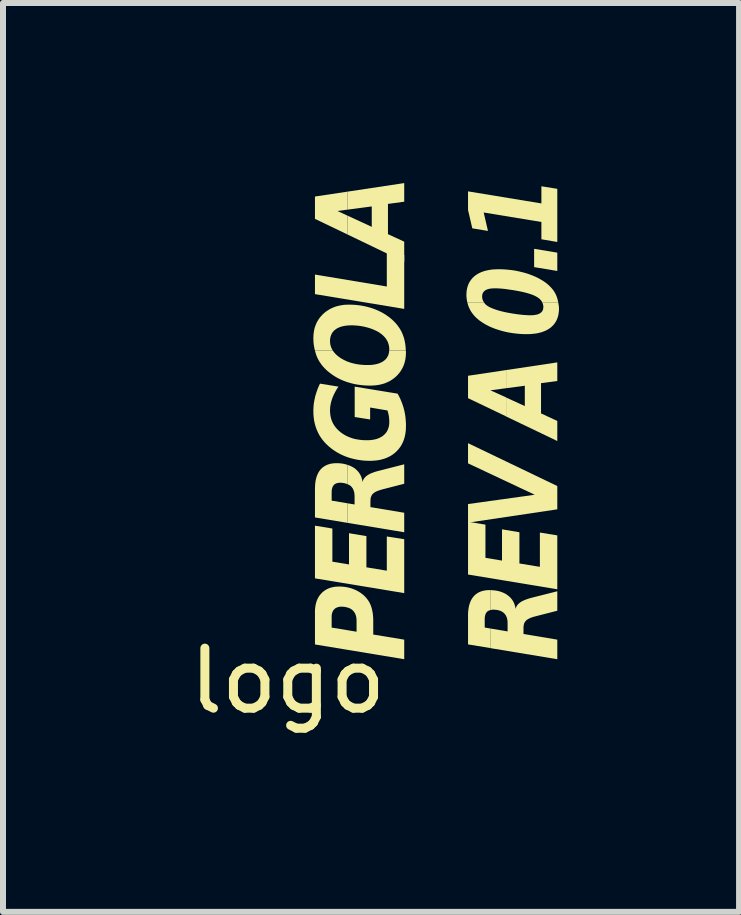
<source format=kicad_pcb>
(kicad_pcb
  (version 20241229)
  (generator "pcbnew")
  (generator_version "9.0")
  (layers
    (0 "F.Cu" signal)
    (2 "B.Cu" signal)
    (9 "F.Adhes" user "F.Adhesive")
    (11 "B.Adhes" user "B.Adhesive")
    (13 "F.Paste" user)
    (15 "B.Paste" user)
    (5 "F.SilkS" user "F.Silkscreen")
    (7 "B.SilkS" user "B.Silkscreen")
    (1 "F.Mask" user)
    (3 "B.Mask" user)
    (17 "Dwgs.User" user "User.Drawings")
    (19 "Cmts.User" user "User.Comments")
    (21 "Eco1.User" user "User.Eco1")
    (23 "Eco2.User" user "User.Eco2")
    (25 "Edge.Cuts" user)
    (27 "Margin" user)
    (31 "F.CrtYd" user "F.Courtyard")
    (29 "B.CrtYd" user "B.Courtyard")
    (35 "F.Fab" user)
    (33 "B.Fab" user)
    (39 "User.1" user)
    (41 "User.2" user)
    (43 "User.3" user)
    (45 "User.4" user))
  (footprint "logo"
    (layer "F.Cu")
    (at 1.744 7.793)
    (property "Reference" "logo" (at 0 0.5 0) (layer "F.SilkS") (effects (font (size 1 1) (thickness 0.15))))
    (attr through_hole)
    (fp_poly (pts (xy 4.104 -6.393) (xy 4.104 -6.698) (xy 4.49 -6.634) (xy 4.49 -6.329) (xy 4.104 -6.393)) (stroke (width 0.000099) (type solid)) (fill yes) (layer "F.SilkS"))
    (fp_poly (pts (xy 0.453 -5.943) (xy 0.453 -6.269) (xy 1.65 -6.07) (xy 1.65 -6.641) (xy 1.94 -6.594) (xy 1.94 -5.697) (xy 0.453 -5.943)) (stroke (width 0.000099) (type solid)) (fill yes) (layer "F.SilkS"))
    (fp_poly (pts (xy 0.827 -7.328) (xy 0.992 -7.35) (xy 0.992 -7.65) (xy 0.453 -7.569) (xy 0.453 -7.197) (xy 0.992 -6.938) (xy 0.992 -7.252) (xy 0.827 -7.328)) (stroke (width 0.000099) (type solid)) (fill yes) (layer "F.SilkS"))
    (fp_poly (pts (xy 3.003 -2.136) (xy 3.003 -2.446) (xy 4.114 -2.601) (xy 3.003 -3.124) (xy 3.003 -3.46) (xy 4.49 -2.746) (xy 4.49 -2.358) (xy 3.003 -2.136)) (stroke (width 0.000099) (type solid)) (fill yes) (layer "F.SilkS"))
    (fp_poly (pts (xy 3.376 -4.341) (xy 3.638 -4.376) (xy 3.638 -4.678) (xy 3.003 -4.583) (xy 3.003 -4.21) (xy 3.638 -3.906) (xy 3.638 -4.222) (xy 3.376 -4.341)) (stroke (width 0.000099) (type solid)) (fill yes) (layer "F.SilkS"))
    (fp_poly (pts (xy 4.225 -6.857) (xy 4.225 -7.145) (xy 3.264 -7.303) (xy 3.335 -6.996) (xy 3.074 -7.039) (xy 3.003 -7.345) (xy 3.003 -7.655) (xy 4.225 -7.454) (xy 4.225 -7.74) (xy 4.49 -7.697) (xy 4.49 -6.812) (xy 4.225 -6.857)) (stroke (width 0.000099) (type solid)) (fill yes) (layer "F.SilkS"))
    (fp_poly (pts (xy 1.65 -1.336) (xy 1.31 -1.392) (xy 1.31 -1.912) (xy 1.02 -1.96) (xy 1.02 -1.44) (xy 0.743 -1.486) (xy 0.743 -2.038) (xy 0.453 -2.086) (xy 0.453 -1.208) (xy 1.94 -0.962) (xy 1.94 -1.86) (xy 1.65 -1.906) (xy 1.65 -1.336)) (stroke (width 0.000099) (type solid)) (fill yes) (layer "F.SilkS"))
    (fp_poly (pts (xy 1.94 -7.483) (xy 1.94 -7.793) (xy 0.992 -7.65) (xy 0.992 -7.35) (xy 1.399 -7.404) (xy 1.399 -7.064) (xy 0.992 -7.252) (xy 0.992 -6.938) (xy 1.94 -6.482) (xy 1.94 -6.817) (xy 1.669 -6.942) (xy 1.669 -7.446) (xy 1.94 -7.483)) (stroke (width 0.000099) (type solid)) (fill yes) (layer "F.SilkS"))
    (fp_poly (pts (xy 4.2 -1.4) (xy 3.859 -1.456) (xy 3.859 -1.976) (xy 3.569 -2.025) (xy 3.569 -1.504) (xy 3.293 -1.55) (xy 3.293 -2.103) (xy 3.003 -2.151) (xy 3.003 -1.272) (xy 4.49 -1.026) (xy 4.49 -1.924) (xy 4.2 -1.971) (xy 4.2 -1.4)) (stroke (width 0.000099) (type solid)) (fill yes) (layer "F.SilkS"))
    (fp_poly (pts (xy 4.49 -4.496) (xy 4.49 -4.806) (xy 3.637 -4.678) (xy 3.637 -4.376) (xy 3.949 -4.417) (xy 3.949 -4.078) (xy 3.637 -4.221) (xy 3.637 -3.905) (xy 4.49 -3.496) (xy 4.49 -3.83) (xy 4.219 -3.956) (xy 4.219 -4.46) (xy 4.49 -4.496)) (stroke (width 0.000099) (type solid)) (fill yes) (layer "F.SilkS"))
    (fp_poly (pts (xy 3.281 -0.389) (xy 3.281 -0.523) (xy 3.281 -0.534) (xy 3.281 -0.544) (xy 3.282 -0.553) (xy 3.283 -0.563) (xy 3.284 -0.572) (xy 3.286 -0.58) (xy 3.288 -0.588) (xy 3.29 -0.596) (xy 3.292 -0.604) (xy 3.294 -0.611) (xy 3.297 -0.618) (xy 3.3 -0.624) (xy 3.304 -0.631) (xy 3.308 -0.636) (xy 3.312 -0.642) (xy 3.316 -0.647) (xy 3.318 -0.65) (xy 3.321 -0.653) (xy 3.324 -0.655) (xy 3.327 -0.658) (xy 3.33 -0.66) (xy 3.334 -0.662) (xy 3.337 -0.665) (xy 3.341 -0.667) (xy 3.344 -0.668) (xy 3.348 -0.67) (xy 3.352 -0.672) (xy 3.356 -0.673) (xy 3.36 -0.675) (xy 3.365 -0.676) (xy 3.369 -0.678) (xy 3.373 -0.679) (xy 3.373 -1.012) (xy 3.364 -1.013) (xy 3.343 -1.012) (xy 3.321 -1.011) (xy 3.301 -1.009) (xy 3.281 -1.006) (xy 3.261 -1.002) (xy 3.243 -0.998) (xy 3.225 -0.992) (xy 3.208 -0.986) (xy 3.191 -0.979) (xy 3.175 -0.971) (xy 3.16 -0.962) (xy 3.146 -0.952) (xy 3.132 -0.942) (xy 3.119 -0.93) (xy 3.106 -0.918) (xy 3.094 -0.905) (xy 3.083 -0.891) (xy 3.073 -0.877) (xy 3.063 -0.861) (xy 3.054 -0.845) (xy 3.046 -0.828) (xy 3.039 -0.81) (xy 3.032 -0.792) (xy 3.026 -0.772) (xy 3.02 -0.752) (xy 3.016 -0.731) (xy 3.012 -0.71) (xy 3.009 -0.687) (xy 3.006 -0.664) (xy 3.004 -0.64) (xy 3.003 -0.615) (xy 3.003 -0.59) (xy 3.003 -0.108) (xy 3.373 -0.047) (xy 3.373 -0.373) (xy 3.281 -0.389)) (stroke (width 0.000099) (type solid)) (fill yes) (layer "F.SilkS"))
    (fp_poly (pts (xy 0.731 -2.503) (xy 0.731 -2.638) (xy 0.731 -2.648) (xy 0.732 -2.658) (xy 0.732 -2.668) (xy 0.733 -2.677) (xy 0.734 -2.686) (xy 0.736 -2.695) (xy 0.738 -2.703) (xy 0.74 -2.711) (xy 0.742 -2.718) (xy 0.745 -2.726) (xy 0.748 -2.732) (xy 0.751 -2.739) (xy 0.754 -2.745) (xy 0.758 -2.751) (xy 0.762 -2.756) (xy 0.766 -2.761) (xy 0.77 -2.766) (xy 0.775 -2.771) (xy 0.78 -2.775) (xy 0.785 -2.779) (xy 0.791 -2.782) (xy 0.797 -2.785) (xy 0.803 -2.788) (xy 0.81 -2.791) (xy 0.817 -2.793) (xy 0.824 -2.795) (xy 0.831 -2.797) (xy 0.839 -2.798) (xy 0.847 -2.8) (xy 0.856 -2.8) (xy 0.865 -2.801) (xy 0.874 -2.801) (xy 0.882 -2.801) (xy 0.891 -2.801) (xy 0.899 -2.8) (xy 0.907 -2.799) (xy 0.915 -2.798) (xy 0.923 -2.797) (xy 0.931 -2.796) (xy 0.938 -2.795) (xy 0.945 -2.793) (xy 0.952 -2.791) (xy 0.959 -2.789) (xy 0.966 -2.787) (xy 0.979 -2.783) (xy 0.992 -2.778) (xy 0.992 -3.1) (xy 0.972 -3.106) (xy 0.951 -3.111) (xy 0.93 -3.116) (xy 0.908 -3.12) (xy 0.897 -3.121) (xy 0.886 -3.123) (xy 0.874 -3.124) (xy 0.863 -3.125) (xy 0.851 -3.126) (xy 0.839 -3.127) (xy 0.827 -3.127) (xy 0.815 -3.127) (xy 0.793 -3.127) (xy 0.772 -3.125) (xy 0.751 -3.123) (xy 0.731 -3.12) (xy 0.712 -3.117) (xy 0.693 -3.112) (xy 0.675 -3.106) (xy 0.658 -3.1) (xy 0.642 -3.093) (xy 0.626 -3.085) (xy 0.611 -3.076) (xy 0.596 -3.067) (xy 0.582 -3.056) (xy 0.569 -3.045) (xy 0.557 -3.033) (xy 0.545 -3.02) (xy 0.534 -3.006) (xy 0.523 -2.991) (xy 0.514 -2.976) (xy 0.505 -2.96) (xy 0.497 -2.943) (xy 0.489 -2.925) (xy 0.482 -2.906) (xy 0.476 -2.887) (xy 0.471 -2.867) (xy 0.466 -2.846) (xy 0.462 -2.824) (xy 0.459 -2.802) (xy 0.456 -2.778) (xy 0.455 -2.754) (xy 0.454 -2.73) (xy 0.453 -2.704) (xy 0.453 -2.223) (xy 0.992 -2.133) (xy 0.992 -2.459) (xy 0.731 -2.503)) (stroke (width 0.000099) (type solid)) (fill yes) (layer "F.SilkS"))
    (fp_poly (pts (xy 1.419 -2.618) (xy 1.425 -2.623) (xy 1.431 -2.628) (xy 1.437 -2.633) (xy 1.444 -2.638) (xy 1.452 -2.643) (xy 1.46 -2.648) (xy 1.468 -2.652) (xy 1.478 -2.657) (xy 1.487 -2.661) (xy 1.498 -2.665) (xy 1.508 -2.669) (xy 1.52 -2.673) (xy 1.532 -2.677) (xy 1.544 -2.681) (xy 1.557 -2.685) (xy 1.571 -2.689) (xy 1.94 -2.784) (xy 1.94 -3.108) (xy 1.518 -3) (xy 1.486 -2.992) (xy 1.457 -2.983) (xy 1.429 -2.974) (xy 1.404 -2.964) (xy 1.381 -2.955) (xy 1.37 -2.95) (xy 1.36 -2.944) (xy 1.35 -2.939) (xy 1.341 -2.934) (xy 1.333 -2.929) (xy 1.325 -2.923) (xy 1.317 -2.918) (xy 1.309 -2.912) (xy 1.302 -2.906) (xy 1.296 -2.9) (xy 1.289 -2.893) (xy 1.283 -2.887) (xy 1.278 -2.88) (xy 1.273 -2.874) (xy 1.268 -2.867) (xy 1.263 -2.86) (xy 1.259 -2.852) (xy 1.256 -2.845) (xy 1.252 -2.837) (xy 1.25 -2.829) (xy 1.247 -2.821) (xy 1.245 -2.813) (xy 1.242 -2.831) (xy 1.239 -2.848) (xy 1.235 -2.865) (xy 1.23 -2.882) (xy 1.225 -2.898) (xy 1.218 -2.913) (xy 1.211 -2.928) (xy 1.203 -2.943) (xy 1.194 -2.957) (xy 1.185 -2.971) (xy 1.175 -2.984) (xy 1.163 -2.996) (xy 1.152 -3.009) (xy 1.139 -3.02) (xy 1.126 -3.032) (xy 1.112 -3.043) (xy 1.105 -3.047) (xy 1.098 -3.052) (xy 1.091 -3.056) (xy 1.084 -3.06) (xy 1.077 -3.064) (xy 1.07 -3.068) (xy 1.062 -3.072) (xy 1.055 -3.075) (xy 1.047 -3.079) (xy 1.04 -3.082) (xy 1.024 -3.089) (xy 1.008 -3.094) (xy 0.992 -3.1) (xy 0.992 -2.778) (xy 1 -2.775) (xy 1.008 -2.771) (xy 1.016 -2.767) (xy 1.02 -2.765) (xy 1.024 -2.763) (xy 1.028 -2.761) (xy 1.032 -2.759) (xy 1.035 -2.756) (xy 1.039 -2.754) (xy 1.042 -2.752) (xy 1.045 -2.749) (xy 1.049 -2.746) (xy 1.052 -2.743) (xy 1.059 -2.736) (xy 1.066 -2.728) (xy 1.072 -2.72) (xy 1.078 -2.712) (xy 1.084 -2.703) (xy 1.089 -2.693) (xy 1.093 -2.683) (xy 1.097 -2.673) (xy 1.101 -2.662) (xy 1.104 -2.651) (xy 1.107 -2.64) (xy 1.109 -2.628) (xy 1.11 -2.615) (xy 1.112 -2.603) (xy 1.112 -2.589) (xy 1.113 -2.576) (xy 1.113 -2.439) (xy 0.992 -2.459) (xy 0.992 -2.133) (xy 1.94 -1.976) (xy 1.94 -2.301) (xy 1.377 -2.395) (xy 1.377 -2.5) (xy 1.378 -2.509) (xy 1.378 -2.518) (xy 1.379 -2.527) (xy 1.38 -2.536) (xy 1.381 -2.545) (xy 1.383 -2.553) (xy 1.385 -2.561) (xy 1.388 -2.568) (xy 1.391 -2.575) (xy 1.394 -2.582) (xy 1.397 -2.589) (xy 1.401 -2.596) (xy 1.405 -2.602) (xy 1.409 -2.607) (xy 1.414 -2.613) (xy 1.419 -2.618) (xy 1.419 -2.618)) (stroke (width 0.000099) (type solid)) (fill yes) (layer "F.SilkS"))
    (fp_poly (pts (xy 3.969 -0.504) (xy 3.974 -0.509) (xy 3.98 -0.514) (xy 3.987 -0.519) (xy 3.994 -0.524) (xy 4.001 -0.528) (xy 4.009 -0.533) (xy 4.018 -0.538) (xy 4.027 -0.542) (xy 4.037 -0.546) (xy 4.047 -0.551) (xy 4.058 -0.555) (xy 4.07 -0.559) (xy 4.081 -0.563) (xy 4.094 -0.567) (xy 4.107 -0.57) (xy 4.12 -0.574) (xy 4.49 -0.669) (xy 4.49 -0.993) (xy 4.067 -0.886) (xy 4.036 -0.877) (xy 4.006 -0.869) (xy 3.979 -0.859) (xy 3.954 -0.85) (xy 3.931 -0.84) (xy 3.92 -0.835) (xy 3.91 -0.83) (xy 3.9 -0.825) (xy 3.891 -0.819) (xy 3.882 -0.814) (xy 3.874 -0.809) (xy 3.866 -0.803) (xy 3.859 -0.797) (xy 3.852 -0.791) (xy 3.845 -0.785) (xy 3.839 -0.779) (xy 3.833 -0.772) (xy 3.828 -0.766) (xy 3.822 -0.759) (xy 3.818 -0.752) (xy 3.813 -0.745) (xy 3.809 -0.738) (xy 3.806 -0.73) (xy 3.802 -0.723) (xy 3.799 -0.715) (xy 3.797 -0.707) (xy 3.795 -0.699) (xy 3.792 -0.716) (xy 3.789 -0.734) (xy 3.785 -0.751) (xy 3.78 -0.767) (xy 3.774 -0.783) (xy 3.768 -0.799) (xy 3.761 -0.814) (xy 3.753 -0.828) (xy 3.744 -0.842) (xy 3.735 -0.856) (xy 3.724 -0.869) (xy 3.713 -0.882) (xy 3.701 -0.894) (xy 3.689 -0.906) (xy 3.675 -0.917) (xy 3.661 -0.928) (xy 3.647 -0.938) (xy 3.632 -0.947) (xy 3.617 -0.956) (xy 3.601 -0.964) (xy 3.584 -0.971) (xy 3.567 -0.978) (xy 3.55 -0.984) (xy 3.532 -0.99) (xy 3.514 -0.995) (xy 3.495 -0.999) (xy 3.476 -1.003) (xy 3.456 -1.006) (xy 3.436 -1.008) (xy 3.416 -1.01) (xy 3.395 -1.011) (xy 3.373 -1.012) (xy 3.373 -0.679) (xy 3.379 -0.68) (xy 3.385 -0.682) (xy 3.391 -0.683) (xy 3.397 -0.684) (xy 3.403 -0.685) (xy 3.406 -0.685) (xy 3.409 -0.686) (xy 3.413 -0.686) (xy 3.416 -0.686) (xy 3.42 -0.686) (xy 3.423 -0.686) (xy 3.438 -0.686) (xy 3.452 -0.685) (xy 3.465 -0.684) (xy 3.478 -0.683) (xy 3.491 -0.681) (xy 3.503 -0.678) (xy 3.515 -0.675) (xy 3.527 -0.672) (xy 3.537 -0.668) (xy 3.548 -0.664) (xy 3.558 -0.659) (xy 3.568 -0.654) (xy 3.577 -0.649) (xy 3.585 -0.642) (xy 3.594 -0.636) (xy 3.602 -0.629) (xy 3.609 -0.622) (xy 3.616 -0.614) (xy 3.622 -0.606) (xy 3.628 -0.597) (xy 3.634 -0.588) (xy 3.638 -0.579) (xy 3.643 -0.569) (xy 3.647 -0.559) (xy 3.651 -0.548) (xy 3.654 -0.537) (xy 3.656 -0.525) (xy 3.658 -0.513) (xy 3.66 -0.501) (xy 3.661 -0.488) (xy 3.662 -0.475) (xy 3.662 -0.462) (xy 3.662 -0.324) (xy 3.373 -0.373) (xy 3.373 -0.046) (xy 4.49 0.139) (xy 4.49 -0.187) (xy 3.927 -0.281) (xy 3.927 -0.385) (xy 3.927 -0.395) (xy 3.928 -0.404) (xy 3.928 -0.413) (xy 3.93 -0.422) (xy 3.931 -0.43) (xy 3.933 -0.438) (xy 3.935 -0.446) (xy 3.937 -0.454) (xy 3.94 -0.461) (xy 3.943 -0.468) (xy 3.947 -0.475) (xy 3.951 -0.481) (xy 3.955 -0.487) (xy 3.959 -0.493) (xy 3.964 -0.498) (xy 3.969 -0.504) (xy 3.969 -0.504)) (stroke (width 0.000099) (type solid)) (fill yes) (layer "F.SilkS"))
    (fp_poly (pts (xy 1.689 -5.006) (xy 1.688 -4.992) (xy 1.687 -4.979) (xy 1.685 -4.966) (xy 1.682 -4.953) (xy 1.679 -4.94) (xy 1.675 -4.928) (xy 1.67 -4.917) (xy 1.664 -4.906) (xy 1.658 -4.895) (xy 1.652 -4.884) (xy 1.644 -4.874) (xy 1.636 -4.864) (xy 1.627 -4.855) (xy 1.618 -4.846) (xy 1.607 -4.837) (xy 1.597 -4.829) (xy 1.584 -4.821) (xy 1.572 -4.813) (xy 1.558 -4.806) (xy 1.544 -4.8) (xy 1.53 -4.794) (xy 1.515 -4.788) (xy 1.499 -4.783) (xy 1.483 -4.779) (xy 1.466 -4.775) (xy 1.448 -4.771) (xy 1.43 -4.769) (xy 1.411 -4.766) (xy 1.392 -4.764) (xy 1.372 -4.763) (xy 1.352 -4.762) (xy 1.331 -4.762) (xy 1.297 -4.762) (xy 1.265 -4.764) (xy 1.233 -4.766) (xy 1.202 -4.769) (xy 1.171 -4.773) (xy 1.142 -4.778) (xy 1.113 -4.784) (xy 1.084 -4.791) (xy 1.057 -4.798) (xy 1.03 -4.807) (xy 1.004 -4.816) (xy 0.978 -4.826) (xy 0.953 -4.838) (xy 0.929 -4.85) (xy 0.906 -4.863) (xy 0.883 -4.876) (xy 0.872 -4.884) (xy 0.862 -4.891) (xy 0.851 -4.899) (xy 0.841 -4.906) (xy 0.831 -4.914) (xy 0.822 -4.922) (xy 0.813 -4.93) (xy 0.805 -4.938) (xy 0.796 -4.946) (xy 0.788 -4.954) (xy 0.781 -4.963) (xy 0.774 -4.971) (xy 0.767 -4.98) (xy 0.76 -4.988) (xy 0.754 -4.997) (xy 0.749 -5.006) (xy 0.452 -5.006) (xy 0.457 -4.987) (xy 0.462 -4.968) (xy 0.468 -4.95) (xy 0.474 -4.931) (xy 0.48 -4.913) (xy 0.488 -4.896) (xy 0.495 -4.878) (xy 0.504 -4.861) (xy 0.514 -4.843) (xy 0.524 -4.824) (xy 0.536 -4.806) (xy 0.548 -4.789) (xy 0.56 -4.771) (xy 0.573 -4.755) (xy 0.587 -4.738) (xy 0.601 -4.722) (xy 0.616 -4.706) (xy 0.632 -4.69) (xy 0.648 -4.675) (xy 0.665 -4.66) (xy 0.683 -4.645) (xy 0.701 -4.631) (xy 0.72 -4.617) (xy 0.739 -4.603) (xy 0.755 -4.592) (xy 0.772 -4.581) (xy 0.789 -4.57) (xy 0.806 -4.56) (xy 0.823 -4.55) (xy 0.841 -4.541) (xy 0.858 -4.532) (xy 0.876 -4.523) (xy 0.895 -4.515) (xy 0.913 -4.507) (xy 0.932 -4.499) (xy 0.951 -4.492) (xy 0.97 -4.485) (xy 0.99 -4.478) (xy 1.01 -4.472) (xy 1.03 -4.466) (xy 1.07 -4.455) (xy 1.112 -4.445) (xy 1.154 -4.437) (xy 1.196 -4.431) (xy 1.24 -4.426) (xy 1.284 -4.422) (xy 1.328 -4.42) (xy 1.373 -4.419) (xy 1.406 -4.42) (xy 1.439 -4.422) (xy 1.47 -4.425) (xy 1.5 -4.429) (xy 1.53 -4.434) (xy 1.559 -4.441) (xy 1.587 -4.448) (xy 1.615 -4.457) (xy 1.641 -4.468) (xy 1.667 -4.479) (xy 1.692 -4.491) (xy 1.716 -4.505) (xy 1.739 -4.52) (xy 1.762 -4.536) (xy 1.784 -4.554) (xy 1.805 -4.572) (xy 1.825 -4.592) (xy 1.843 -4.612) (xy 1.861 -4.633) (xy 1.877 -4.655) (xy 1.891 -4.678) (xy 1.905 -4.701) (xy 1.917 -4.725) (xy 1.928 -4.75) (xy 1.938 -4.776) (xy 1.946 -4.802) (xy 1.953 -4.829) (xy 1.959 -4.857) (xy 1.963 -4.886) (xy 1.966 -4.915) (xy 1.968 -4.946) (xy 1.969 -4.977) (xy 1.969 -4.979) (xy 1.969 -4.98) (xy 1.969 -4.982) (xy 1.969 -4.984) (xy 1.968 -4.988) (xy 1.968 -4.991) (xy 1.967 -4.998) (xy 1.966 -5.002) (xy 1.966 -5.004) (xy 1.966 -5.005) (xy 1.826 -5.006) (xy 1.689 -5.006) (xy 1.689 -5.006)) (stroke (width 0.000099) (type solid)) (fill yes) (layer "F.SilkS"))
    (fp_poly (pts (xy 1.94 -0.187) (xy 1.424 -0.272) (xy 1.424 -0.487) (xy 1.424 -0.525) (xy 1.422 -0.562) (xy 1.419 -0.597) (xy 1.415 -0.631) (xy 1.409 -0.663) (xy 1.403 -0.693) (xy 1.399 -0.707) (xy 1.395 -0.721) (xy 1.391 -0.735) (xy 1.386 -0.748) (xy 1.381 -0.761) (xy 1.376 -0.774) (xy 1.37 -0.786) (xy 1.364 -0.799) (xy 1.358 -0.811) (xy 1.351 -0.822) (xy 1.344 -0.834) (xy 1.336 -0.845) (xy 1.328 -0.856) (xy 1.32 -0.867) (xy 1.311 -0.878) (xy 1.302 -0.888) (xy 1.293 -0.898) (xy 1.283 -0.908) (xy 1.273 -0.918) (xy 1.263 -0.928) (xy 1.253 -0.936) (xy 1.243 -0.944) (xy 1.232 -0.952) (xy 1.222 -0.96) (xy 1.211 -0.968) (xy 1.2 -0.975) (xy 1.189 -0.982) (xy 1.178 -0.989) (xy 1.166 -0.995) (xy 1.154 -1.002) (xy 1.142 -1.008) (xy 1.13 -1.014) (xy 1.118 -1.019) (xy 1.105 -1.024) (xy 1.092 -1.029) (xy 1.08 -1.034) (xy 1.066 -1.039) (xy 1.053 -1.043) (xy 1.04 -1.047) (xy 1.026 -1.05) (xy 1.012 -1.054) (xy 0.999 -1.057) (xy 0.985 -1.06) (xy 0.971 -1.062) (xy 0.957 -1.065) (xy 0.943 -1.066) (xy 0.929 -1.068) (xy 0.915 -1.069) (xy 0.901 -1.071) (xy 0.886 -1.071) (xy 0.872 -1.072) (xy 0.858 -1.072) (xy 0.834 -1.071) (xy 0.811 -1.07) (xy 0.789 -1.068) (xy 0.768 -1.065) (xy 0.747 -1.061) (xy 0.727 -1.056) (xy 0.707 -1.05) (xy 0.688 -1.044) (xy 0.67 -1.036) (xy 0.652 -1.028) (xy 0.636 -1.018) (xy 0.619 -1.008) (xy 0.604 -0.997) (xy 0.589 -0.986) (xy 0.574 -0.973) (xy 0.561 -0.959) (xy 0.548 -0.945) (xy 0.535 -0.93) (xy 0.524 -0.914) (xy 0.514 -0.898) (xy 0.504 -0.881) (xy 0.495 -0.863) (xy 0.487 -0.845) (xy 0.48 -0.826) (xy 0.474 -0.806) (xy 0.468 -0.785) (xy 0.464 -0.764) (xy 0.46 -0.742) (xy 0.457 -0.72) (xy 0.455 -0.697) (xy 0.453 -0.673) (xy 0.453 -0.649) (xy 0.453 -0.107) (xy 0.992 -0.018) (xy 0.992 -0.345) (xy 0.731 -0.388) (xy 0.731 -0.567) (xy 0.731 -0.577) (xy 0.731 -0.587) (xy 0.732 -0.596) (xy 0.733 -0.605) (xy 0.735 -0.614) (xy 0.737 -0.623) (xy 0.739 -0.631) (xy 0.742 -0.639) (xy 0.744 -0.647) (xy 0.748 -0.654) (xy 0.751 -0.661) (xy 0.755 -0.668) (xy 0.759 -0.675) (xy 0.764 -0.681) (xy 0.768 -0.687) (xy 0.774 -0.692) (xy 0.779 -0.698) (xy 0.785 -0.703) (xy 0.791 -0.707) (xy 0.797 -0.712) (xy 0.804 -0.716) (xy 0.811 -0.719) (xy 0.818 -0.722) (xy 0.826 -0.725) (xy 0.834 -0.728) (xy 0.842 -0.73) (xy 0.85 -0.732) (xy 0.859 -0.734) (xy 0.868 -0.735) (xy 0.878 -0.736) (xy 0.887 -0.736) (xy 0.897 -0.736) (xy 0.91 -0.736) (xy 0.923 -0.735) (xy 0.935 -0.734) (xy 0.947 -0.733) (xy 0.959 -0.731) (xy 0.97 -0.728) (xy 0.981 -0.726) (xy 0.992 -0.723) (xy 0.992 -1.037) (xy 0.992 -0.723) (xy 0.998 -0.721) (xy 1.005 -0.719) (xy 1.011 -0.717) (xy 1.018 -0.715) (xy 1.024 -0.712) (xy 1.03 -0.71) (xy 1.036 -0.707) (xy 1.042 -0.704) (xy 1.047 -0.701) (xy 1.053 -0.698) (xy 1.058 -0.694) (xy 1.063 -0.691) (xy 1.068 -0.687) (xy 1.073 -0.683) (xy 1.078 -0.679) (xy 1.082 -0.675) (xy 1.09 -0.667) (xy 1.097 -0.659) (xy 1.104 -0.65) (xy 1.11 -0.641) (xy 1.116 -0.632) (xy 1.121 -0.622) (xy 1.126 -0.612) (xy 1.13 -0.601) (xy 1.134 -0.59) (xy 1.137 -0.578) (xy 1.14 -0.566) (xy 1.142 -0.553) (xy 1.144 -0.54) (xy 1.145 -0.527) (xy 1.146 -0.513) (xy 1.146 -0.499) (xy 1.146 -0.319) (xy 0.992 -0.345) (xy 0.992 -0.018) (xy 1.94 0.139) (xy 1.94 -0.187) (xy 1.94 -0.187)) (stroke (width 0.000099) (type solid)) (fill yes) (layer "F.SilkS"))
    (fp_poly (pts (xy 3.238 -5.902) (xy 3.238 -5.91) (xy 3.239 -5.919) (xy 3.24 -5.927) (xy 3.241 -5.935) (xy 3.243 -5.942) (xy 3.245 -5.95) (xy 3.248 -5.957) (xy 3.251 -5.963) (xy 3.255 -5.97) (xy 3.259 -5.976) (xy 3.263 -5.982) (xy 3.268 -5.987) (xy 3.273 -5.992) (xy 3.278 -5.997) (xy 3.284 -6.002) (xy 3.291 -6.006) (xy 3.297 -6.01) (xy 3.304 -6.014) (xy 3.312 -6.018) (xy 3.32 -6.021) (xy 3.329 -6.024) (xy 3.338 -6.027) (xy 3.347 -6.029) (xy 3.357 -6.032) (xy 3.368 -6.034) (xy 3.379 -6.035) (xy 3.39 -6.037) (xy 3.402 -6.038) (xy 3.414 -6.039) (xy 3.427 -6.039) (xy 3.44 -6.04) (xy 3.454 -6.04) (xy 3.468 -6.04) (xy 3.482 -6.04) (xy 3.497 -6.039) (xy 3.512 -6.038) (xy 3.545 -6.036) (xy 3.581 -6.033) (xy 3.62 -6.029) (xy 3.66 -6.023) (xy 3.701 -6.017) (xy 3.745 -6.011) (xy 3.798 -6.002) (xy 3.847 -5.993) (xy 3.893 -5.984) (xy 3.915 -5.979) (xy 3.935 -5.974) (xy 3.955 -5.969) (xy 3.974 -5.964) (xy 3.993 -5.959) (xy 4.011 -5.954) (xy 4.028 -5.948) (xy 4.045 -5.943) (xy 4.062 -5.937) (xy 4.078 -5.931) (xy 4.089 -5.927) (xy 4.099 -5.922) (xy 4.109 -5.918) (xy 4.119 -5.913) (xy 4.129 -5.908) (xy 4.138 -5.903) (xy 4.147 -5.898) (xy 4.156 -5.893) (xy 4.164 -5.888) (xy 4.172 -5.882) (xy 4.179 -5.877) (xy 4.187 -5.871) (xy 4.194 -5.865) (xy 4.2 -5.859) (xy 4.206 -5.853) (xy 4.212 -5.846) (xy 4.215 -5.844) (xy 4.217 -5.841) (xy 4.219 -5.838) (xy 4.221 -5.835) (xy 4.223 -5.832) (xy 4.225 -5.83) (xy 4.227 -5.827) (xy 4.229 -5.824) (xy 4.231 -5.821) (xy 4.233 -5.818) (xy 4.236 -5.812) (xy 4.239 -5.806) (xy 4.242 -5.8) (xy 4.507 -5.8) (xy 4.502 -5.823) (xy 4.497 -5.846) (xy 4.491 -5.868) (xy 4.488 -5.879) (xy 4.484 -5.89) (xy 4.48 -5.901) (xy 4.476 -5.912) (xy 4.472 -5.923) (xy 4.467 -5.933) (xy 4.462 -5.944) (xy 4.457 -5.954) (xy 4.451 -5.964) (xy 4.445 -5.974) (xy 4.436 -5.989) (xy 4.426 -6.004) (xy 4.415 -6.018) (xy 4.404 -6.033) (xy 4.392 -6.046) (xy 4.379 -6.06) (xy 4.366 -6.073) (xy 4.353 -6.086) (xy 4.339 -6.099) (xy 4.324 -6.112) (xy 4.309 -6.124) (xy 4.294 -6.136) (xy 4.277 -6.147) (xy 4.26 -6.159) (xy 4.243 -6.17) (xy 4.225 -6.18) (xy 4.207 -6.191) (xy 4.189 -6.201) (xy 4.171 -6.211) (xy 4.152 -6.22) (xy 4.132 -6.23) (xy 4.113 -6.238) (xy 4.093 -6.247) (xy 4.072 -6.255) (xy 4.03 -6.271) (xy 3.987 -6.286) (xy 3.943 -6.299) (xy 3.897 -6.311) (xy 3.85 -6.322) (xy 3.802 -6.332) (xy 3.754 -6.34) (xy 3.706 -6.346) (xy 3.658 -6.351) (xy 3.609 -6.355) (xy 3.56 -6.357) (xy 3.511 -6.358) (xy 3.479 -6.357) (xy 3.449 -6.356) (xy 3.419 -6.354) (xy 3.39 -6.351) (xy 3.362 -6.347) (xy 3.335 -6.342) (xy 3.309 -6.336) (xy 3.284 -6.33) (xy 3.259 -6.322) (xy 3.236 -6.314) (xy 3.214 -6.305) (xy 3.192 -6.295) (xy 3.172 -6.284) (xy 3.152 -6.272) (xy 3.133 -6.26) (xy 3.115 -6.246) (xy 3.099 -6.232) (xy 3.083 -6.217) (xy 3.068 -6.201) (xy 3.055 -6.184) (xy 3.042 -6.167) (xy 3.031 -6.149) (xy 3.02 -6.131) (xy 3.011 -6.111) (xy 3.003 -6.091) (xy 2.996 -6.07) (xy 2.99 -6.048) (xy 2.985 -6.026) (xy 2.981 -6.003) (xy 2.978 -5.979) (xy 2.977 -5.955) (xy 2.976 -5.929) (xy 2.976 -5.912) (xy 2.977 -5.896) (xy 2.979 -5.879) (xy 2.981 -5.863) (xy 2.983 -5.847) (xy 2.986 -5.831) (xy 2.989 -5.815) (xy 2.993 -5.8) (xy 3.274 -5.8) (xy 3.27 -5.805) (xy 3.266 -5.811) (xy 3.262 -5.817) (xy 3.259 -5.823) (xy 3.256 -5.829) (xy 3.253 -5.835) (xy 3.25 -5.841) (xy 3.247 -5.848) (xy 3.245 -5.854) (xy 3.243 -5.86) (xy 3.242 -5.867) (xy 3.24 -5.874) (xy 3.239 -5.88) (xy 3.239 -5.887) (xy 3.238 -5.894) (xy 3.238 -5.902) (xy 3.238 -5.902)) (stroke (width 0.000099) (type solid)) (fill yes) (layer "F.SilkS"))
    (fp_poly (pts (xy 4.242 -5.8) (xy 4.244 -5.796) (xy 4.245 -5.792) (xy 4.247 -5.788) (xy 4.248 -5.784) (xy 4.25 -5.779) (xy 4.251 -5.775) (xy 4.252 -5.771) (xy 4.253 -5.767) (xy 4.254 -5.763) (xy 4.255 -5.758) (xy 4.256 -5.754) (xy 4.257 -5.75) (xy 4.257 -5.745) (xy 4.257 -5.741) (xy 4.258 -5.736) (xy 4.258 -5.731) (xy 4.257 -5.723) (xy 4.257 -5.714) (xy 4.256 -5.706) (xy 4.254 -5.698) (xy 4.253 -5.69) (xy 4.25 -5.683) (xy 4.248 -5.676) (xy 4.245 -5.669) (xy 4.241 -5.663) (xy 4.237 -5.657) (xy 4.233 -5.651) (xy 4.228 -5.645) (xy 4.223 -5.64) (xy 4.217 -5.635) (xy 4.211 -5.63) (xy 4.205 -5.626) (xy 4.198 -5.621) (xy 4.19 -5.617) (xy 4.183 -5.614) (xy 4.174 -5.61) (xy 4.166 -5.607) (xy 4.157 -5.604) (xy 4.147 -5.602) (xy 4.137 -5.6) (xy 4.126 -5.598) (xy 4.115 -5.596) (xy 4.104 -5.594) (xy 4.092 -5.593) (xy 4.08 -5.592) (xy 4.067 -5.592) (xy 4.054 -5.591) (xy 4.04 -5.591) (xy 4.027 -5.591) (xy 4.013 -5.591) (xy 3.998 -5.592) (xy 3.982 -5.593) (xy 3.965 -5.594) (xy 3.948 -5.595) (xy 3.93 -5.596) (xy 3.911 -5.598) (xy 3.872 -5.602) (xy 3.831 -5.607) (xy 3.789 -5.613) (xy 3.745 -5.62) (xy 3.721 -5.624) (xy 3.697 -5.628) (xy 3.674 -5.632) (xy 3.651 -5.637) (xy 3.629 -5.641) (xy 3.607 -5.646) (xy 3.585 -5.651) (xy 3.564 -5.656) (xy 3.544 -5.661) (xy 3.524 -5.667) (xy 3.505 -5.672) (xy 3.486 -5.678) (xy 3.468 -5.684) (xy 3.451 -5.69) (xy 3.434 -5.696) (xy 3.417 -5.703) (xy 3.406 -5.707) (xy 3.395 -5.711) (xy 3.385 -5.716) (xy 3.375 -5.72) (xy 3.365 -5.725) (xy 3.356 -5.73) (xy 3.347 -5.735) (xy 3.338 -5.74) (xy 3.33 -5.745) (xy 3.322 -5.75) (xy 3.315 -5.756) (xy 3.308 -5.762) (xy 3.301 -5.767) (xy 3.294 -5.773) (xy 3.288 -5.779) (xy 3.283 -5.785) (xy 3.282 -5.786) (xy 3.281 -5.787) (xy 3.281 -5.788) (xy 3.28 -5.789) (xy 3.28 -5.79) (xy 3.279 -5.791) (xy 3.278 -5.793) (xy 3.277 -5.794) (xy 3.276 -5.796) (xy 3.275 -5.797) (xy 3.275 -5.798) (xy 3.274 -5.799) (xy 3.274 -5.8) (xy 2.993 -5.8) (xy 2.998 -5.781) (xy 3.003 -5.763) (xy 3.009 -5.745) (xy 3.016 -5.727) (xy 3.024 -5.71) (xy 3.028 -5.701) (xy 3.032 -5.692) (xy 3.036 -5.684) (xy 3.041 -5.676) (xy 3.045 -5.667) (xy 3.05 -5.659) (xy 3.06 -5.644) (xy 3.07 -5.629) (xy 3.081 -5.615) (xy 3.092 -5.601) (xy 3.104 -5.587) (xy 3.116 -5.573) (xy 3.129 -5.56) (xy 3.143 -5.547) (xy 3.157 -5.534) (xy 3.172 -5.522) (xy 3.187 -5.509) (xy 3.203 -5.497) (xy 3.219 -5.486) (xy 3.236 -5.474) (xy 3.254 -5.463) (xy 3.272 -5.452) (xy 3.289 -5.441) (xy 3.307 -5.431) (xy 3.326 -5.422) (xy 3.344 -5.412) (xy 3.363 -5.403) (xy 3.383 -5.394) (xy 3.403 -5.386) (xy 3.423 -5.378) (xy 3.444 -5.37) (xy 3.465 -5.362) (xy 3.508 -5.348) (xy 3.553 -5.334) (xy 3.599 -5.322) (xy 3.646 -5.311) (xy 3.693 -5.302) (xy 3.741 -5.294) (xy 3.788 -5.288) (xy 3.836 -5.283) (xy 3.885 -5.279) (xy 3.933 -5.277) (xy 3.982 -5.277) (xy 4.014 -5.277) (xy 4.045 -5.278) (xy 4.075 -5.281) (xy 4.104 -5.284) (xy 4.132 -5.287) (xy 4.16 -5.292) (xy 4.186 -5.298) (xy 4.211 -5.304) (xy 4.236 -5.311) (xy 4.259 -5.32) (xy 4.282 -5.329) (xy 4.303 -5.338) (xy 4.324 -5.349) (xy 4.343 -5.361) (xy 4.362 -5.373) (xy 4.38 -5.386) (xy 4.397 -5.401) (xy 4.412 -5.416) (xy 4.427 -5.431) (xy 4.44 -5.448) (xy 4.453 -5.465) (xy 4.464 -5.483) (xy 4.475 -5.502) (xy 4.484 -5.522) (xy 4.492 -5.542) (xy 4.499 -5.563) (xy 4.505 -5.585) (xy 4.51 -5.607) (xy 4.513 -5.63) (xy 4.516 -5.654) (xy 4.518 -5.679) (xy 4.518 -5.704) (xy 4.518 -5.711) (xy 4.518 -5.717) (xy 4.518 -5.723) (xy 4.517 -5.729) (xy 4.516 -5.741) (xy 4.514 -5.753) (xy 4.512 -5.765) (xy 4.51 -5.777) (xy 4.506 -5.8) (xy 4.242 -5.8)) (stroke (width 0.000099) (type solid)) (fill yes) (layer "F.SilkS"))
    (fp_poly (pts (xy 0.704 -5.161) (xy 0.704 -5.177) (xy 0.705 -5.192) (xy 0.707 -5.207) (xy 0.71 -5.221) (xy 0.713 -5.235) (xy 0.717 -5.248) (xy 0.722 -5.261) (xy 0.727 -5.273) (xy 0.733 -5.285) (xy 0.74 -5.297) (xy 0.747 -5.308) (xy 0.756 -5.318) (xy 0.764 -5.328) (xy 0.774 -5.338) (xy 0.785 -5.347) (xy 0.796 -5.355) (xy 0.807 -5.364) (xy 0.82 -5.371) (xy 0.833 -5.378) (xy 0.847 -5.385) (xy 0.861 -5.391) (xy 0.876 -5.397) (xy 0.892 -5.402) (xy 0.908 -5.406) (xy 0.925 -5.41) (xy 0.943 -5.414) (xy 0.961 -5.416) (xy 0.98 -5.419) (xy 1 -5.421) (xy 1.02 -5.422) (xy 1.041 -5.423) (xy 1.063 -5.423) (xy 1.092 -5.423) (xy 1.122 -5.421) (xy 1.151 -5.419) (xy 1.181 -5.416) (xy 1.21 -5.412) (xy 1.239 -5.407) (xy 1.267 -5.402) (xy 1.296 -5.395) (xy 1.324 -5.388) (xy 1.351 -5.38) (xy 1.378 -5.372) (xy 1.403 -5.362) (xy 1.429 -5.352) (xy 1.453 -5.341) (xy 1.477 -5.33) (xy 1.5 -5.318) (xy 1.512 -5.311) (xy 1.523 -5.304) (xy 1.534 -5.297) (xy 1.544 -5.289) (xy 1.555 -5.282) (xy 1.564 -5.274) (xy 1.574 -5.266) (xy 1.583 -5.258) (xy 1.592 -5.25) (xy 1.6 -5.242) (xy 1.608 -5.233) (xy 1.616 -5.225) (xy 1.623 -5.216) (xy 1.63 -5.207) (xy 1.637 -5.197) (xy 1.643 -5.188) (xy 1.649 -5.179) (xy 1.655 -5.169) (xy 1.66 -5.159) (xy 1.664 -5.149) (xy 1.669 -5.139) (xy 1.673 -5.128) (xy 1.676 -5.118) (xy 1.679 -5.107) (xy 1.682 -5.096) (xy 1.685 -5.085) (xy 1.687 -5.074) (xy 1.688 -5.063) (xy 1.69 -5.051) (xy 1.69 -5.039) (xy 1.691 -5.028) (xy 1.691 -5.016) (xy 1.691 -5.015) (xy 1.691 -5.014) (xy 1.691 -5.014) (xy 1.691 -5.013) (xy 1.691 -5.012) (xy 1.691 -5.012) (xy 1.69 -5.011) (xy 1.69 -5.01) (xy 1.69 -5.009) (xy 1.69 -5.009) (xy 1.689 -5.008) (xy 1.689 -5.008) (xy 1.689 -5.007) (xy 1.689 -5.006) (xy 1.966 -5.006) (xy 1.965 -5.028) (xy 1.964 -5.05) (xy 1.962 -5.072) (xy 1.959 -5.093) (xy 1.957 -5.114) (xy 1.953 -5.135) (xy 1.949 -5.155) (xy 1.945 -5.175) (xy 1.94 -5.195) (xy 1.935 -5.214) (xy 1.929 -5.233) (xy 1.922 -5.252) (xy 1.915 -5.27) (xy 1.908 -5.288) (xy 1.9 -5.306) (xy 1.891 -5.324) (xy 1.881 -5.342) (xy 1.87 -5.361) (xy 1.859 -5.379) (xy 1.847 -5.396) (xy 1.834 -5.414) (xy 1.821 -5.431) (xy 1.807 -5.448) (xy 1.793 -5.464) (xy 1.777 -5.48) (xy 1.762 -5.496) (xy 1.745 -5.512) (xy 1.728 -5.527) (xy 1.711 -5.542) (xy 1.693 -5.556) (xy 1.674 -5.57) (xy 1.654 -5.584) (xy 1.638 -5.595) (xy 1.622 -5.606) (xy 1.605 -5.616) (xy 1.588 -5.626) (xy 1.571 -5.636) (xy 1.553 -5.645) (xy 1.535 -5.654) (xy 1.517 -5.663) (xy 1.499 -5.671) (xy 1.481 -5.679) (xy 1.462 -5.687) (xy 1.443 -5.694) (xy 1.424 -5.701) (xy 1.404 -5.708) (xy 1.384 -5.714) (xy 1.364 -5.72) (xy 1.324 -5.731) (xy 1.282 -5.741) (xy 1.24 -5.749) (xy 1.198 -5.756) (xy 1.155 -5.761) (xy 1.111 -5.765) (xy 1.067 -5.767) (xy 1.022 -5.768) (xy 0.989 -5.767) (xy 0.957 -5.766) (xy 0.925 -5.763) (xy 0.895 -5.758) (xy 0.865 -5.753) (xy 0.836 -5.746) (xy 0.808 -5.739) (xy 0.781 -5.73) (xy 0.755 -5.719) (xy 0.729 -5.708) (xy 0.704 -5.695) (xy 0.68 -5.681) (xy 0.657 -5.666) (xy 0.634 -5.65) (xy 0.612 -5.633) (xy 0.591 -5.614) (xy 0.571 -5.594) (xy 0.553 -5.574) (xy 0.535 -5.553) (xy 0.519 -5.531) (xy 0.504 -5.508) (xy 0.491 -5.485) (xy 0.478 -5.461) (xy 0.468 -5.436) (xy 0.458 -5.41) (xy 0.449 -5.384) (xy 0.442 -5.356) (xy 0.437 -5.328) (xy 0.432 -5.299) (xy 0.429 -5.27) (xy 0.427 -5.239) (xy 0.426 -5.208) (xy 0.427 -5.181) (xy 0.428 -5.155) (xy 0.43 -5.129) (xy 0.433 -5.104) (xy 0.437 -5.079) (xy 0.441 -5.054) (xy 0.446 -5.03) (xy 0.452 -5.006) (xy 0.749 -5.006) (xy 0.743 -5.015) (xy 0.738 -5.024) (xy 0.734 -5.033) (xy 0.729 -5.042) (xy 0.725 -5.052) (xy 0.721 -5.061) (xy 0.718 -5.071) (xy 0.715 -5.08) (xy 0.713 -5.09) (xy 0.71 -5.1) (xy 0.708 -5.11) (xy 0.707 -5.12) (xy 0.706 -5.13) (xy 0.705 -5.14) (xy 0.704 -5.151) (xy 0.704 -5.161)) (stroke (width 0.000099) (type solid)) (fill yes) (layer "F.SilkS"))
    (fp_poly (pts (xy 1.83 -4.285) (xy 1.847 -4.254) (xy 1.863 -4.222) (xy 1.878 -4.191) (xy 1.891 -4.159) (xy 1.904 -4.127) (xy 1.915 -4.094) (xy 1.926 -4.061) (xy 1.935 -4.028) (xy 1.943 -3.995) (xy 1.95 -3.961) (xy 1.956 -3.926) (xy 1.961 -3.891) (xy 1.964 -3.855) (xy 1.967 -3.819) (xy 1.969 -3.782) (xy 1.969 -3.744) (xy 1.968 -3.711) (xy 1.967 -3.679) (xy 1.963 -3.647) (xy 1.959 -3.617) (xy 1.953 -3.587) (xy 1.946 -3.558) (xy 1.938 -3.53) (xy 1.929 -3.503) (xy 1.918 -3.477) (xy 1.906 -3.452) (xy 1.893 -3.428) (xy 1.879 -3.405) (xy 1.863 -3.383) (xy 1.846 -3.361) (xy 1.828 -3.341) (xy 1.809 -3.321) (xy 1.788 -3.302) (xy 1.767 -3.285) (xy 1.744 -3.268) (xy 1.721 -3.253) (xy 1.696 -3.239) (xy 1.671 -3.227) (xy 1.645 -3.215) (xy 1.618 -3.205) (xy 1.59 -3.196) (xy 1.561 -3.188) (xy 1.532 -3.181) (xy 1.501 -3.176) (xy 1.47 -3.172) (xy 1.437 -3.169) (xy 1.404 -3.167) (xy 1.369 -3.166) (xy 1.325 -3.167) (xy 1.281 -3.169) (xy 1.238 -3.173) (xy 1.195 -3.179) (xy 1.153 -3.186) (xy 1.112 -3.194) (xy 1.072 -3.204) (xy 1.032 -3.215) (xy 1.012 -3.221) (xy 0.993 -3.228) (xy 0.973 -3.235) (xy 0.954 -3.242) (xy 0.936 -3.25) (xy 0.917 -3.258) (xy 0.899 -3.266) (xy 0.881 -3.275) (xy 0.863 -3.284) (xy 0.845 -3.294) (xy 0.827 -3.304) (xy 0.81 -3.314) (xy 0.793 -3.325) (xy 0.776 -3.336) (xy 0.76 -3.347) (xy 0.743 -3.359) (xy 0.724 -3.373) (xy 0.705 -3.389) (xy 0.686 -3.404) (xy 0.669 -3.42) (xy 0.651 -3.436) (xy 0.635 -3.452) (xy 0.619 -3.469) (xy 0.604 -3.486) (xy 0.589 -3.504) (xy 0.575 -3.521) (xy 0.562 -3.539) (xy 0.549 -3.558) (xy 0.537 -3.576) (xy 0.526 -3.595) (xy 0.515 -3.615) (xy 0.505 -3.634) (xy 0.496 -3.654) (xy 0.487 -3.675) (xy 0.478 -3.695) (xy 0.471 -3.716) (xy 0.463 -3.738) (xy 0.457 -3.76) (xy 0.451 -3.782) (xy 0.446 -3.804) (xy 0.441 -3.827) (xy 0.437 -3.85) (xy 0.434 -3.874) (xy 0.431 -3.898) (xy 0.429 -3.922) (xy 0.427 -3.947) (xy 0.427 -3.972) (xy 0.426 -3.997) (xy 0.427 -4.025) (xy 0.428 -4.054) (xy 0.43 -4.082) (xy 0.433 -4.111) (xy 0.437 -4.14) (xy 0.442 -4.168) (xy 0.448 -4.197) (xy 0.454 -4.226) (xy 0.461 -4.254) (xy 0.47 -4.283) (xy 0.479 -4.311) (xy 0.489 -4.34) (xy 0.499 -4.368) (xy 0.511 -4.396) (xy 0.523 -4.424) (xy 0.537 -4.452) (xy 0.845 -4.402) (xy 0.827 -4.377) (xy 0.811 -4.351) (xy 0.797 -4.326) (xy 0.783 -4.3) (xy 0.77 -4.275) (xy 0.759 -4.25) (xy 0.748 -4.225) (xy 0.739 -4.2) (xy 0.735 -4.188) (xy 0.731 -4.175) (xy 0.727 -4.163) (xy 0.724 -4.151) (xy 0.721 -4.139) (xy 0.718 -4.126) (xy 0.715 -4.114) (xy 0.713 -4.101) (xy 0.711 -4.089) (xy 0.709 -4.077) (xy 0.707 -4.064) (xy 0.706 -4.052) (xy 0.705 -4.039) (xy 0.705 -4.027) (xy 0.704 -4.014) (xy 0.704 -4.002) (xy 0.705 -3.975) (xy 0.707 -3.949) (xy 0.71 -3.923) (xy 0.715 -3.898) (xy 0.721 -3.873) (xy 0.728 -3.849) (xy 0.737 -3.826) (xy 0.747 -3.804) (xy 0.758 -3.782) (xy 0.771 -3.761) (xy 0.785 -3.74) (xy 0.8 -3.72) (xy 0.817 -3.701) (xy 0.835 -3.682) (xy 0.855 -3.664) (xy 0.875 -3.646) (xy 0.897 -3.63) (xy 0.92 -3.614) (xy 0.943 -3.6) (xy 0.967 -3.586) (xy 0.992 -3.574) (xy 1.017 -3.563) (xy 1.044 -3.553) (xy 1.071 -3.543) (xy 1.099 -3.535) (xy 1.127 -3.528) (xy 1.157 -3.523) (xy 1.187 -3.518) (xy 1.218 -3.514) (xy 1.25 -3.511) (xy 1.282 -3.51) (xy 1.316 -3.509) (xy 1.337 -3.51) (xy 1.359 -3.51) (xy 1.38 -3.512) (xy 1.4 -3.514) (xy 1.419 -3.517) (xy 1.438 -3.52) (xy 1.456 -3.524) (xy 1.474 -3.529) (xy 1.491 -3.534) (xy 1.507 -3.54) (xy 1.523 -3.547) (xy 1.538 -3.554) (xy 1.553 -3.562) (xy 1.567 -3.57) (xy 1.58 -3.579) (xy 1.593 -3.589) (xy 1.604 -3.599) (xy 1.616 -3.61) (xy 1.626 -3.621) (xy 1.636 -3.633) (xy 1.645 -3.645) (xy 1.653 -3.658) (xy 1.66 -3.672) (xy 1.667 -3.686) (xy 1.672 -3.7) (xy 1.677 -3.715) (xy 1.682 -3.73) (xy 1.685 -3.746) (xy 1.688 -3.762) (xy 1.69 -3.779) (xy 1.691 -3.797) (xy 1.691 -3.815) (xy 1.691 -3.827) (xy 1.691 -3.838) (xy 1.69 -3.85) (xy 1.689 -3.862) (xy 1.688 -3.874) (xy 1.687 -3.886) (xy 1.686 -3.898) (xy 1.684 -3.91) (xy 1.682 -3.922) (xy 1.68 -3.933) (xy 1.677 -3.945) (xy 1.674 -3.957) (xy 1.671 -3.969) (xy 1.668 -3.981) (xy 1.664 -3.993) (xy 1.661 -4.005) (xy 1.372 -4.054) (xy 1.372 -3.855) (xy 1.115 -3.896) (xy 1.115 -4.402) (xy 1.83 -4.285)) (stroke (width 0.000099) (type solid)) (fill yes) (layer "F.SilkS")))
  (gr_rect
    (start -3 -3)
    (end 9.262 12.141)
    (stroke (width 0.1) (type default))
    (fill no)
    (layer "Edge.Cuts")))
</source>
